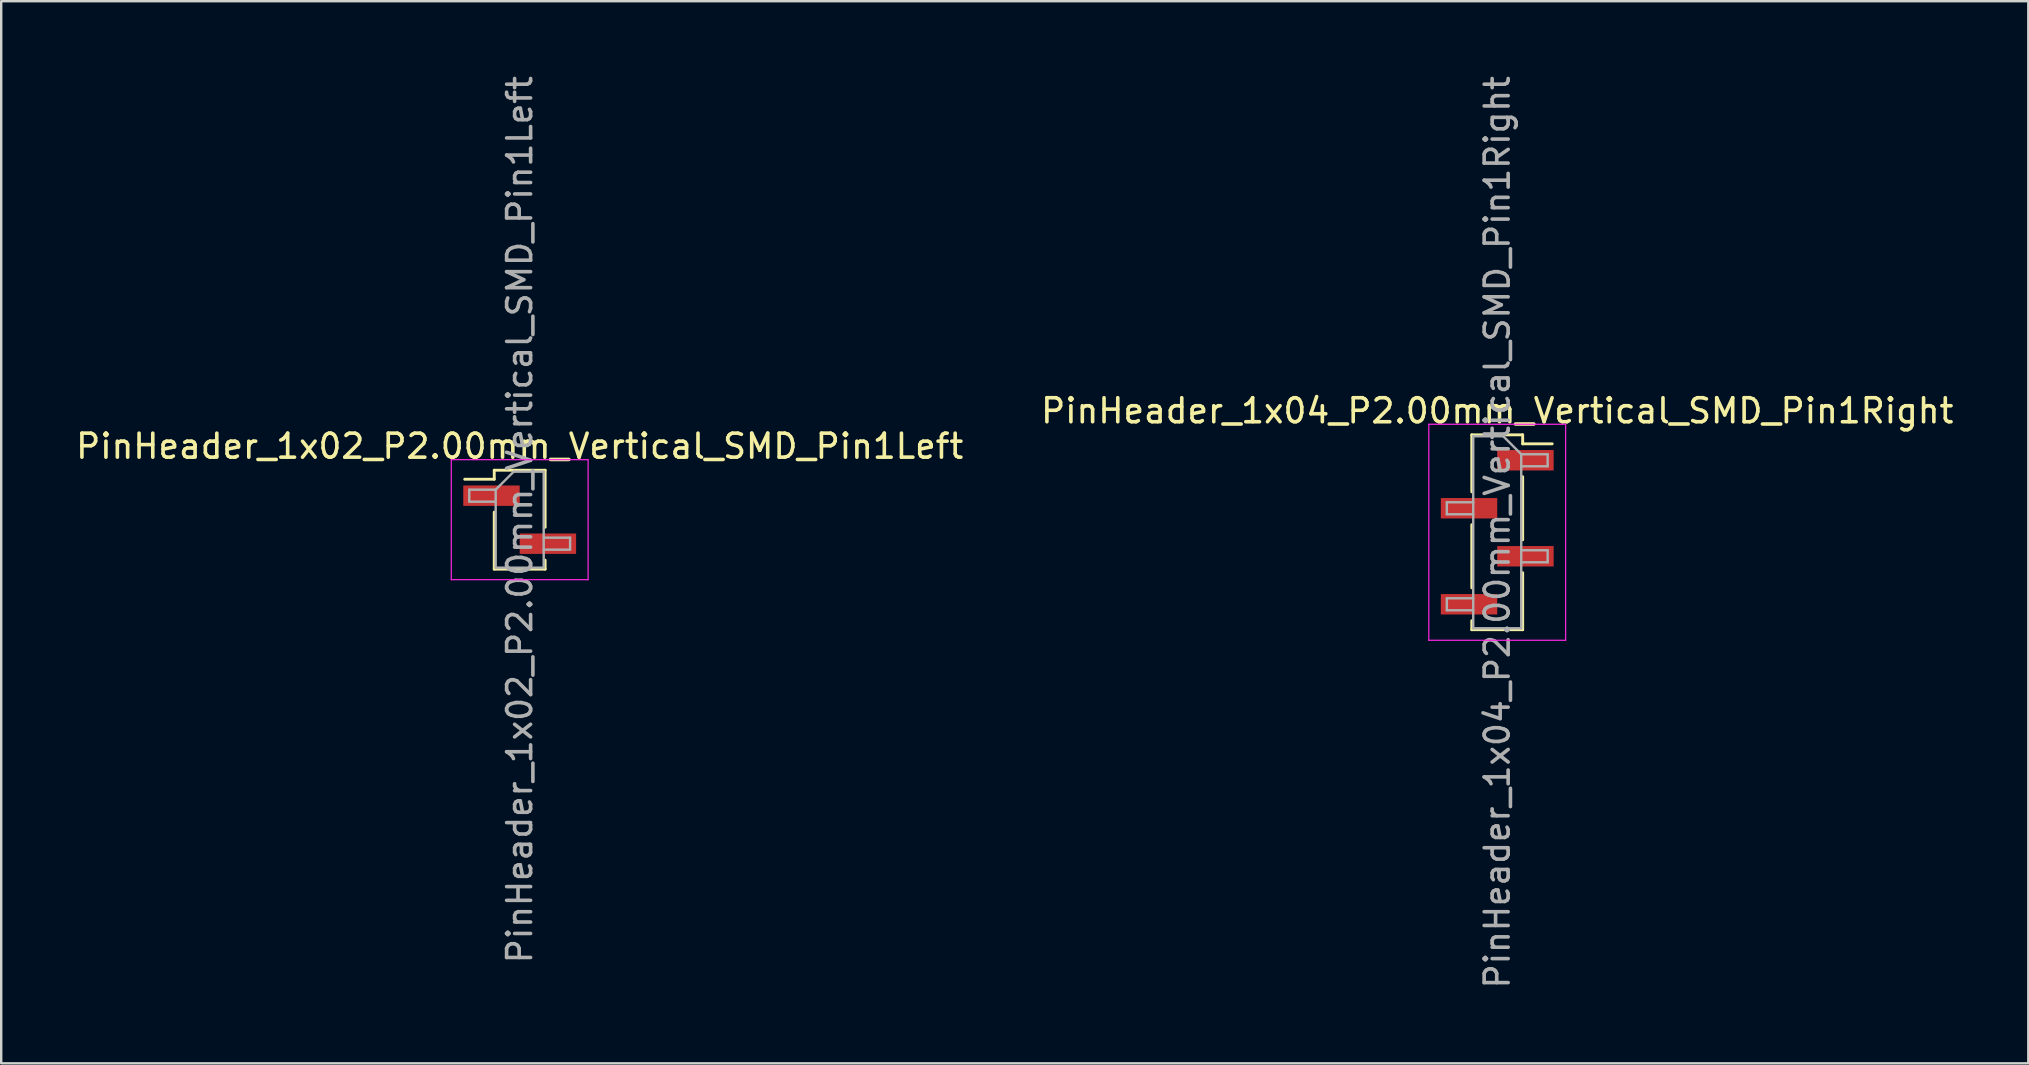
<source format=kicad_pcb>
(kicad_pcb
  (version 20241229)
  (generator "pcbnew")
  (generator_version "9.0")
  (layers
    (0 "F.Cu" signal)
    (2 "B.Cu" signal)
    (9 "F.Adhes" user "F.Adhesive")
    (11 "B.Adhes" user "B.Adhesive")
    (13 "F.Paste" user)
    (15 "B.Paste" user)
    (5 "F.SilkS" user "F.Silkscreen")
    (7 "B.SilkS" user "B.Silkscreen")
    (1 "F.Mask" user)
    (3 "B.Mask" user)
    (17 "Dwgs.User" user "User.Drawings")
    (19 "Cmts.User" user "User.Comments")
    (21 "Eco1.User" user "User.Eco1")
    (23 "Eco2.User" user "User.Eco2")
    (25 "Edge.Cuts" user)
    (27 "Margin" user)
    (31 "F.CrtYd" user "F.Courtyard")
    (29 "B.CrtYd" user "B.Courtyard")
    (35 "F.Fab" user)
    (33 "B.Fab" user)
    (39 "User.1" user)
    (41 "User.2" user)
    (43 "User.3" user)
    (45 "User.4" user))
  (footprint "PinHeader_1x02_P2.00mm_Vertical_SMD_Pin1Left"
    (layer "F.Cu")
    (at 18.601 18.601)
    (property "Reference" "PinHeader_1x02_P2.00mm_Vertical_SMD_Pin1Left" (at 0 -3.06 0) (layer "F.SilkS") (effects (font (size 1 1) (thickness 0.15))))
    (attr smd)
    (fp_line (start -1.06 -2.06) (end -1.06 -1.685) (stroke (width 0.12) (type solid)) (layer "F.SilkS"))
    (fp_line (start -1.06 -2.06) (end 1.06 -2.06) (stroke (width 0.12) (type solid)) (layer "F.SilkS"))
    (fp_line (start -1.06 -1.685) (end -2.29 -1.685) (stroke (width 0.12) (type solid)) (layer "F.SilkS"))
    (fp_line (start -1.06 -0.315) (end -1.06 2.06) (stroke (width 0.12) (type solid)) (layer "F.SilkS"))
    (fp_line (start -1.06 2.06) (end 1.06 2.06) (stroke (width 0.12) (type solid)) (layer "F.SilkS"))
    (fp_line (start 1.06 -2.06) (end 1.06 0.315) (stroke (width 0.12) (type solid)) (layer "F.SilkS"))
    (fp_line (start 1.06 1.685) (end 1.06 2.06) (stroke (width 0.12) (type solid)) (layer "F.SilkS"))
    (fp_line (start -2.85 -2.5) (end -2.85 2.5) (stroke (width 0.05) (type solid)) (layer "F.CrtYd"))
    (fp_line (start -2.85 2.5) (end 2.85 2.5) (stroke (width 0.05) (type solid)) (layer "F.CrtYd"))
    (fp_line (start 2.85 -2.5) (end -2.85 -2.5) (stroke (width 0.05) (type solid)) (layer "F.CrtYd"))
    (fp_line (start 2.85 2.5) (end 2.85 -2.5) (stroke (width 0.05) (type solid)) (layer "F.CrtYd"))
    (fp_line (start -2.1 -1.25) (end -2.1 -0.75) (stroke (width 0.1) (type solid)) (layer "F.Fab"))
    (fp_line (start -2.1 -0.75) (end -1 -0.75) (stroke (width 0.1) (type solid)) (layer "F.Fab"))
    (fp_line (start -1 -1.25) (end -2.1 -1.25) (stroke (width 0.1) (type solid)) (layer "F.Fab"))
    (fp_line (start -1 -1.25) (end -0.25 -2) (stroke (width 0.1) (type solid)) (layer "F.Fab"))
    (fp_line (start -1 2) (end -1 -1.25) (stroke (width 0.1) (type solid)) (layer "F.Fab"))
    (fp_line (start -0.25 -2) (end 1 -2) (stroke (width 0.1) (type solid)) (layer "F.Fab"))
    (fp_line (start 1 -2) (end 1 2) (stroke (width 0.1) (type solid)) (layer "F.Fab"))
    (fp_line (start 1 0.75) (end 2.1 0.75) (stroke (width 0.1) (type solid)) (layer "F.Fab"))
    (fp_line (start 1 2) (end -1 2) (stroke (width 0.1) (type solid)) (layer "F.Fab"))
    (fp_line (start 2.1 0.75) (end 2.1 1.25) (stroke (width 0.1) (type solid)) (layer "F.Fab"))
    (fp_line (start 2.1 1.25) (end 1 1.25) (stroke (width 0.1) (type solid)) (layer "F.Fab"))
    (fp_text user "${REFERENCE}" (at 0 0 90) (layer "F.Fab") (effects (font (size 1 1) (thickness 0.15))))
    (pad "1" smd rect (at -1.175 -1) (size 2.35 0.85) (layers "F.Cu" "F.Mask" "F.Paste"))
    (pad "2" smd rect (at 1.175 1) (size 2.35 0.85) (layers "F.Cu" "F.Mask" "F.Paste")))
  (footprint "PinHeader_1x04_P2.00mm_Vertical_SMD_Pin1Right"
    (layer "F.Cu")
    (at 59.327 19.125)
    (property "Reference" "PinHeader_1x04_P2.00mm_Vertical_SMD_Pin1Right" (at 0 -5.06 0) (layer "F.SilkS") (effects (font (size 1 1) (thickness 0.15))))
    (attr smd)
    (fp_line (start -1.06 -4.06) (end -1.06 -1.685) (stroke (width 0.12) (type solid)) (layer "F.SilkS"))
    (fp_line (start -1.06 -4.06) (end 1.06 -4.06) (stroke (width 0.12) (type solid)) (layer "F.SilkS"))
    (fp_line (start -1.06 -0.315) (end -1.06 2.315) (stroke (width 0.12) (type solid)) (layer "F.SilkS"))
    (fp_line (start -1.06 3.685) (end -1.06 4.06) (stroke (width 0.12) (type solid)) (layer "F.SilkS"))
    (fp_line (start -1.06 4.06) (end 1.06 4.06) (stroke (width 0.12) (type solid)) (layer "F.SilkS"))
    (fp_line (start 1.06 -4.06) (end 1.06 -3.685) (stroke (width 0.12) (type solid)) (layer "F.SilkS"))
    (fp_line (start 1.06 -3.685) (end 2.29 -3.685) (stroke (width 0.12) (type solid)) (layer "F.SilkS"))
    (fp_line (start 1.06 -2.315) (end 1.06 0.315) (stroke (width 0.12) (type solid)) (layer "F.SilkS"))
    (fp_line (start 1.06 1.685) (end 1.06 4.06) (stroke (width 0.12) (type solid)) (layer "F.SilkS"))
    (fp_line (start -2.85 -4.5) (end -2.85 4.5) (stroke (width 0.05) (type solid)) (layer "F.CrtYd"))
    (fp_line (start -2.85 4.5) (end 2.85 4.5) (stroke (width 0.05) (type solid)) (layer "F.CrtYd"))
    (fp_line (start 2.85 -4.5) (end -2.85 -4.5) (stroke (width 0.05) (type solid)) (layer "F.CrtYd"))
    (fp_line (start 2.85 4.5) (end 2.85 -4.5) (stroke (width 0.05) (type solid)) (layer "F.CrtYd"))
    (fp_line (start -2.1 -1.25) (end -2.1 -0.75) (stroke (width 0.1) (type solid)) (layer "F.Fab"))
    (fp_line (start -2.1 -0.75) (end -1 -0.75) (stroke (width 0.1) (type solid)) (layer "F.Fab"))
    (fp_line (start -2.1 2.75) (end -2.1 3.25) (stroke (width 0.1) (type solid)) (layer "F.Fab"))
    (fp_line (start -2.1 3.25) (end -1 3.25) (stroke (width 0.1) (type solid)) (layer "F.Fab"))
    (fp_line (start -1 -4) (end -1 4) (stroke (width 0.1) (type solid)) (layer "F.Fab"))
    (fp_line (start -1 -4) (end 0.25 -4) (stroke (width 0.1) (type solid)) (layer "F.Fab"))
    (fp_line (start -1 -1.25) (end -2.1 -1.25) (stroke (width 0.1) (type solid)) (layer "F.Fab"))
    (fp_line (start -1 2.75) (end -2.1 2.75) (stroke (width 0.1) (type solid)) (layer "F.Fab"))
    (fp_line (start 1 -3.25) (end 0.25 -4) (stroke (width 0.1) (type solid)) (layer "F.Fab"))
    (fp_line (start 1 -3.25) (end 2.1 -3.25) (stroke (width 0.1) (type solid)) (layer "F.Fab"))
    (fp_line (start 1 0.75) (end 2.1 0.75) (stroke (width 0.1) (type solid)) (layer "F.Fab"))
    (fp_line (start 1 4) (end -1 4) (stroke (width 0.1) (type solid)) (layer "F.Fab"))
    (fp_line (start 1 4) (end 1 -3.25) (stroke (width 0.1) (type solid)) (layer "F.Fab"))
    (fp_line (start 2.1 -3.25) (end 2.1 -2.75) (stroke (width 0.1) (type solid)) (layer "F.Fab"))
    (fp_line (start 2.1 -2.75) (end 1 -2.75) (stroke (width 0.1) (type solid)) (layer "F.Fab"))
    (fp_line (start 2.1 0.75) (end 2.1 1.25) (stroke (width 0.1) (type solid)) (layer "F.Fab"))
    (fp_line (start 2.1 1.25) (end 1 1.25) (stroke (width 0.1) (type solid)) (layer "F.Fab"))
    (fp_text user "${REFERENCE}" (at 0 0 90) (layer "F.Fab") (effects (font (size 1 1) (thickness 0.15))))
    (pad "1" smd rect (at 1.175 -3) (size 2.35 0.85) (layers "F.Cu" "F.Mask" "F.Paste"))
    (pad "2" smd rect (at -1.175 -1) (size 2.35 0.85) (layers "F.Cu" "F.Mask" "F.Paste"))
    (pad "3" smd rect (at 1.175 1) (size 2.35 0.85) (layers "F.Cu" "F.Mask" "F.Paste"))
    (pad "4" smd rect (at -1.175 3) (size 2.35 0.85) (layers "F.Cu" "F.Mask" "F.Paste")))
  (gr_rect
    (start -3 -3)
    (end 81.452 41.25)
    (stroke (width 0.1) (type default))
    (fill no)
    (layer "Edge.Cuts")))
</source>
